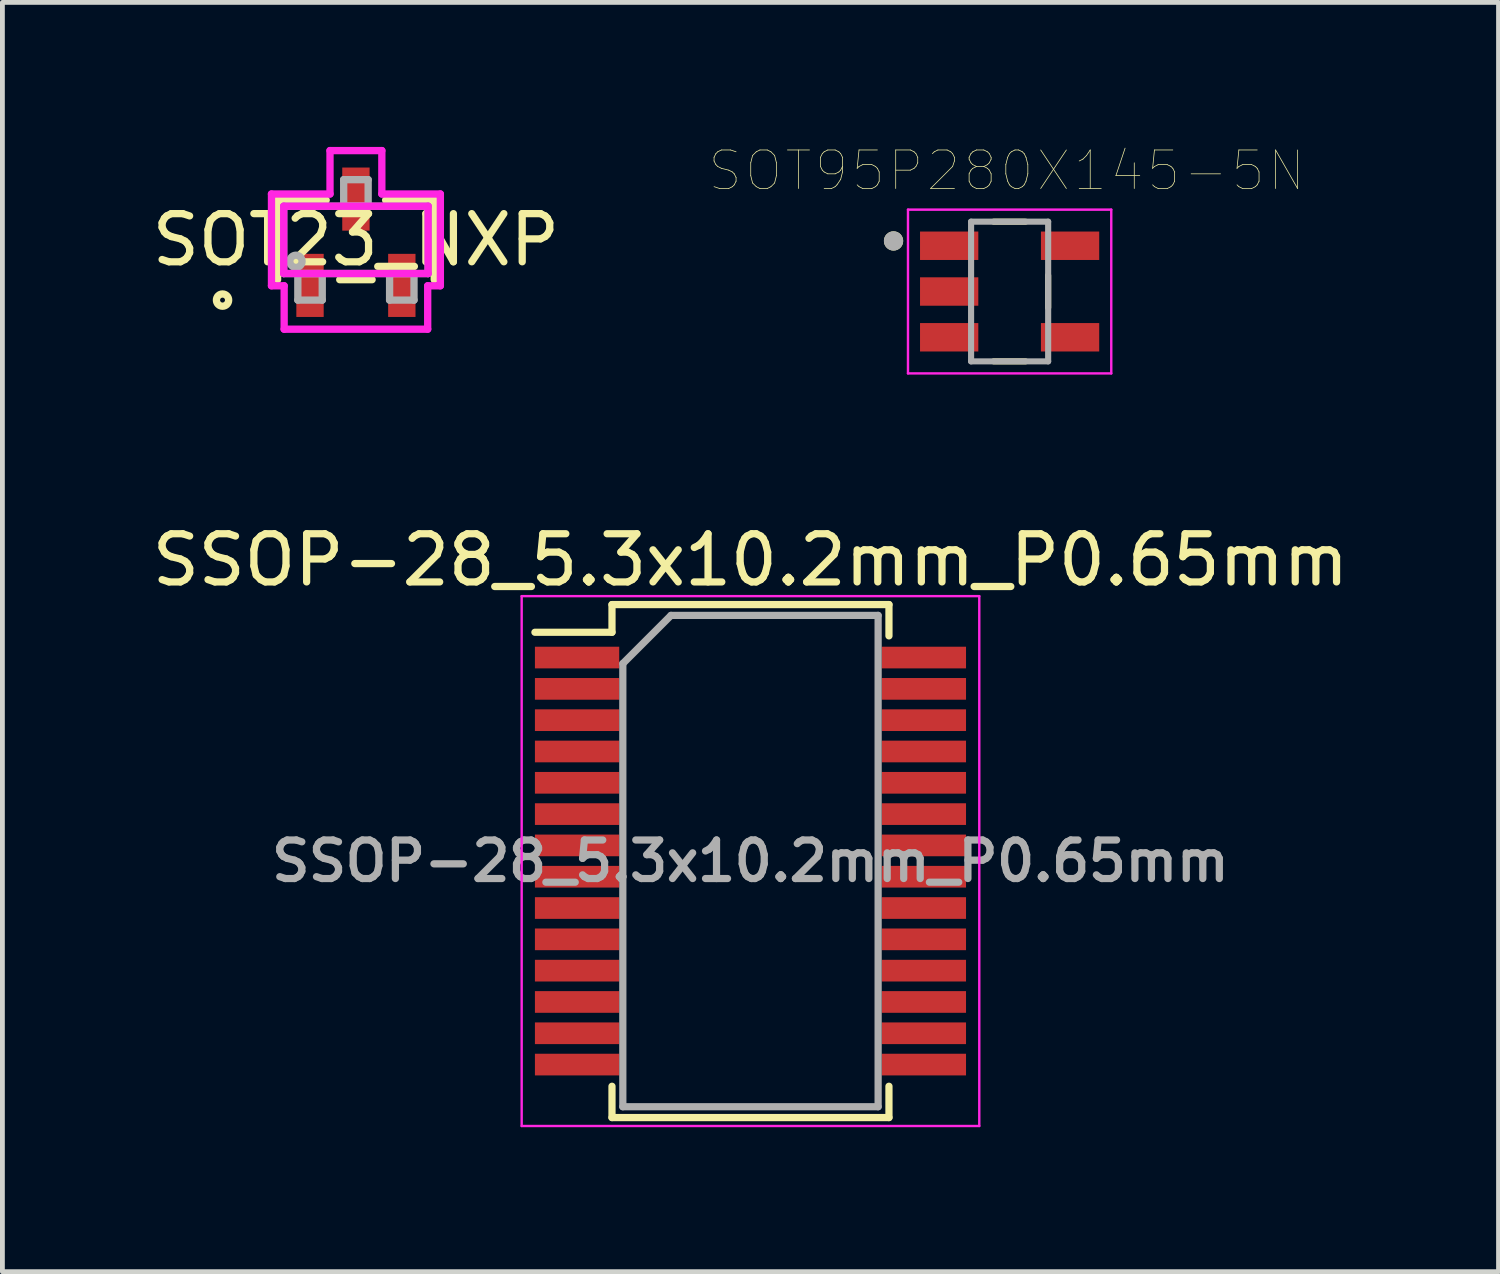
<source format=kicad_pcb>
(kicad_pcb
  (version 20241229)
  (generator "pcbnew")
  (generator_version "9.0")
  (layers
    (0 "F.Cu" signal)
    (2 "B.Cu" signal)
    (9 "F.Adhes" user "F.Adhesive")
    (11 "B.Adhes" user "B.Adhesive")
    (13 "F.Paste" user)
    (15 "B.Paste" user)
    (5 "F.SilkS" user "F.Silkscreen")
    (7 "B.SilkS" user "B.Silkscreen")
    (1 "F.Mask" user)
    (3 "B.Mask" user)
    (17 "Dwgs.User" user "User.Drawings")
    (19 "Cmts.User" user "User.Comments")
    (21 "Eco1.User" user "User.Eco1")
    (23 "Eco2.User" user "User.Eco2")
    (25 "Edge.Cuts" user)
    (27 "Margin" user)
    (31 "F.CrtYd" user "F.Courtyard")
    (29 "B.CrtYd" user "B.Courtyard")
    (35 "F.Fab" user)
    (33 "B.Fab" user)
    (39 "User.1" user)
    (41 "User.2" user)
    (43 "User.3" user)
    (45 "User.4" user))
  (footprint "SOT95P280X145-5N"
    (layer "F.Cu")
    (at 17.91 3.002)
    (property "Reference" "SOT95P280X145-5N" (at -0.06 -2.508 0) (layer "F.SilkS") (effects (font (size 0.8 0.8) (thickness 0.015))))
    (attr smd)
    (fp_line (start -0.33 -1.45) (end 0.33 -1.45) (stroke (width 0.127) (type solid)) (layer "F.SilkS"))
    (fp_line (start 0.33 1.45) (end -0.33 1.45) (stroke (width 0.127) (type solid)) (layer "F.SilkS"))
    (fp_line (start 0.8 -0.335) (end 0.8 0.335) (stroke (width 0.127) (type solid)) (layer "F.SilkS"))
    (fp_circle (center -2.41 -1.05) (end -2.31 -1.05) (stroke (width 0.2) (type solid)) (fill no) (layer "F.SilkS"))
    (fp_line (start -2.11 -1.7) (end 2.11 -1.7) (stroke (width 0.05) (type solid)) (layer "F.CrtYd"))
    (fp_line (start -2.11 1.7) (end -2.11 -1.7) (stroke (width 0.05) (type solid)) (layer "F.CrtYd"))
    (fp_line (start 2.11 -1.7) (end 2.11 1.7) (stroke (width 0.05) (type solid)) (layer "F.CrtYd"))
    (fp_line (start 2.11 1.7) (end -2.11 1.7) (stroke (width 0.05) (type solid)) (layer "F.CrtYd"))
    (fp_line (start -0.8 -1.45) (end 0.8 -1.45) (stroke (width 0.127) (type solid)) (layer "F.Fab"))
    (fp_line (start -0.8 1.45) (end -0.8 -1.45) (stroke (width 0.127) (type solid)) (layer "F.Fab"))
    (fp_line (start 0.8 -1.45) (end 0.8 1.45) (stroke (width 0.127) (type solid)) (layer "F.Fab"))
    (fp_line (start 0.8 1.45) (end -0.8 1.45) (stroke (width 0.127) (type solid)) (layer "F.Fab"))
    (fp_circle (center -2.41 -1.05) (end -2.31 -1.05) (stroke (width 0.2) (type solid)) (fill no) (layer "F.Fab"))
    (pad "1" smd rect (at -1.255 -0.95) (size 1.21 0.59) (layers "F.Cu" "F.Mask" "F.Paste"))
    (pad "2" smd rect (at -1.255 0) (size 1.21 0.59) (layers "F.Cu" "F.Mask" "F.Paste"))
    (pad "3" smd rect (at -1.255 0.95) (size 1.21 0.59) (layers "F.Cu" "F.Mask" "F.Paste"))
    (pad "4" smd rect (at 1.255 0.95) (size 1.21 0.59) (layers "F.Cu" "F.Mask" "F.Paste"))
    (pad "5" smd rect (at 1.255 -0.95) (size 1.21 0.59) (layers "F.Cu" "F.Mask" "F.Paste")))
  (footprint "SSOP-28_5.3x10.2mm_P0.65mm"
    (layer "F.Cu")
    (at 12.53 14.826)
    (property "Reference" "SSOP-28_5.3x10.2mm_P0.65mm" (at 0 -6.25 0) (layer "F.SilkS") (effects (font (size 1 1) (thickness 0.15))))
    (attr smd)
    (fp_line (start -2.875 -5.325) (end -2.875 -4.75) (stroke (width 0.15) (type solid)) (layer "F.SilkS"))
    (fp_line (start -2.875 -5.325) (end 2.875 -5.325) (stroke (width 0.15) (type solid)) (layer "F.SilkS"))
    (fp_line (start -2.875 -4.75) (end -4.475 -4.75) (stroke (width 0.15) (type solid)) (layer "F.SilkS"))
    (fp_line (start -2.875 5.325) (end -2.875 4.675) (stroke (width 0.15) (type solid)) (layer "F.SilkS"))
    (fp_line (start -2.875 5.325) (end 2.875 5.325) (stroke (width 0.15) (type solid)) (layer "F.SilkS"))
    (fp_line (start 2.875 -5.325) (end 2.875 -4.675) (stroke (width 0.15) (type solid)) (layer "F.SilkS"))
    (fp_line (start 2.875 5.325) (end 2.875 4.675) (stroke (width 0.15) (type solid)) (layer "F.SilkS"))
    (fp_line (start -4.75 -5.5) (end -4.75 5.5) (stroke (width 0.05) (type solid)) (layer "F.CrtYd"))
    (fp_line (start -4.75 -5.5) (end 4.75 -5.5) (stroke (width 0.05) (type solid)) (layer "F.CrtYd"))
    (fp_line (start -4.75 5.5) (end 4.75 5.5) (stroke (width 0.05) (type solid)) (layer "F.CrtYd"))
    (fp_line (start 4.75 -5.5) (end 4.75 5.5) (stroke (width 0.05) (type solid)) (layer "F.CrtYd"))
    (fp_line (start -2.65 -4.1) (end -1.65 -5.1) (stroke (width 0.15) (type solid)) (layer "F.Fab"))
    (fp_line (start -2.65 5.1) (end -2.65 -4.1) (stroke (width 0.15) (type solid)) (layer "F.Fab"))
    (fp_line (start -1.65 -5.1) (end 2.65 -5.1) (stroke (width 0.15) (type solid)) (layer "F.Fab"))
    (fp_line (start 2.65 -5.1) (end 2.65 5.1) (stroke (width 0.15) (type solid)) (layer "F.Fab"))
    (fp_line (start 2.65 5.1) (end -2.65 5.1) (stroke (width 0.15) (type solid)) (layer "F.Fab"))
    (fp_text user "${REFERENCE}" (at 0 0 0) (layer "F.Fab") (effects (font (size 0.8 0.8) (thickness 0.15))))
    (pad "1" smd rect (at -3.6 -4.225) (size 1.75 0.45) (layers "F.Cu" "F.Mask" "F.Paste"))
    (pad "2" smd rect (at -3.6 -3.575) (size 1.75 0.45) (layers "F.Cu" "F.Mask" "F.Paste"))
    (pad "3" smd rect (at -3.6 -2.925) (size 1.75 0.45) (layers "F.Cu" "F.Mask" "F.Paste"))
    (pad "4" smd rect (at -3.6 -2.275) (size 1.75 0.45) (layers "F.Cu" "F.Mask" "F.Paste"))
    (pad "5" smd rect (at -3.6 -1.625) (size 1.75 0.45) (layers "F.Cu" "F.Mask" "F.Paste"))
    (pad "6" smd rect (at -3.6 -0.975) (size 1.75 0.45) (layers "F.Cu" "F.Mask" "F.Paste"))
    (pad "7" smd rect (at -3.6 -0.325) (size 1.75 0.45) (layers "F.Cu" "F.Mask" "F.Paste"))
    (pad "8" smd rect (at -3.6 0.325) (size 1.75 0.45) (layers "F.Cu" "F.Mask" "F.Paste"))
    (pad "9" smd rect (at -3.6 0.975) (size 1.75 0.45) (layers "F.Cu" "F.Mask" "F.Paste"))
    (pad "10" smd rect (at -3.6 1.625) (size 1.75 0.45) (layers "F.Cu" "F.Mask" "F.Paste"))
    (pad "11" smd rect (at -3.6 2.275) (size 1.75 0.45) (layers "F.Cu" "F.Mask" "F.Paste"))
    (pad "12" smd rect (at -3.6 2.925) (size 1.75 0.45) (layers "F.Cu" "F.Mask" "F.Paste"))
    (pad "13" smd rect (at -3.6 3.575) (size 1.75 0.45) (layers "F.Cu" "F.Mask" "F.Paste"))
    (pad "14" smd rect (at -3.6 4.225) (size 1.75 0.45) (layers "F.Cu" "F.Mask" "F.Paste"))
    (pad "15" smd rect (at 3.6 4.225) (size 1.75 0.45) (layers "F.Cu" "F.Mask" "F.Paste"))
    (pad "16" smd rect (at 3.6 3.575) (size 1.75 0.45) (layers "F.Cu" "F.Mask" "F.Paste"))
    (pad "17" smd rect (at 3.6 2.925) (size 1.75 0.45) (layers "F.Cu" "F.Mask" "F.Paste"))
    (pad "18" smd rect (at 3.6 2.275) (size 1.75 0.45) (layers "F.Cu" "F.Mask" "F.Paste"))
    (pad "19" smd rect (at 3.6 1.625) (size 1.75 0.45) (layers "F.Cu" "F.Mask" "F.Paste"))
    (pad "20" smd rect (at 3.6 0.975) (size 1.75 0.45) (layers "F.Cu" "F.Mask" "F.Paste"))
    (pad "21" smd rect (at 3.6 0.325) (size 1.75 0.45) (layers "F.Cu" "F.Mask" "F.Paste"))
    (pad "22" smd rect (at 3.6 -0.325) (size 1.75 0.45) (layers "F.Cu" "F.Mask" "F.Paste"))
    (pad "23" smd rect (at 3.6 -0.975) (size 1.75 0.45) (layers "F.Cu" "F.Mask" "F.Paste"))
    (pad "24" smd rect (at 3.6 -1.625) (size 1.75 0.45) (layers "F.Cu" "F.Mask" "F.Paste"))
    (pad "25" smd rect (at 3.6 -2.275) (size 1.75 0.45) (layers "F.Cu" "F.Mask" "F.Paste"))
    (pad "26" smd rect (at 3.6 -2.925) (size 1.75 0.45) (layers "F.Cu" "F.Mask" "F.Paste"))
    (pad "27" smd rect (at 3.6 -3.575) (size 1.75 0.45) (layers "F.Cu" "F.Mask" "F.Paste"))
    (pad "28" smd rect (at 3.6 -4.225) (size 1.75 0.45) (layers "F.Cu" "F.Mask" "F.Paste")))
  (footprint "SOT23_NXP"
    (layer "F.Cu")
    (at 4.339 1.93)
    (property "Reference" "SOT23_NXP" (at 0 0 0) (layer "F.SilkS") (effects (font (size 1 1) (thickness 0.15))))
    (attr through_hole)
    (fp_line (start -1.626 -0.826) (end -1.626 0.826) (stroke (width 0.152) (type solid)) (layer "F.SilkS"))
    (fp_line (start -0.617 -0.826) (end -1.626 -0.826) (stroke (width 0.152) (type solid)) (layer "F.SilkS"))
    (fp_line (start -0.336 0.826) (end 0.336 0.826) (stroke (width 0.152) (type solid)) (layer "F.SilkS"))
    (fp_line (start 1.626 -0.826) (end 0.617 -0.826) (stroke (width 0.152) (type solid)) (layer "F.SilkS"))
    (fp_line (start 1.626 0.826) (end 1.626 -0.826) (stroke (width 0.152) (type solid)) (layer "F.SilkS"))
    (fp_circle (center -2.769 1.25) (end -2.642 1.25) (stroke (width 0.152) (type solid)) (fill no) (layer "F.SilkS"))
    (fp_line (start -1.753 -0.953) (end -0.538 -0.953) (stroke (width 0.152) (type solid)) (layer "F.CrtYd"))
    (fp_line (start -1.753 0.953) (end -1.753 -0.953) (stroke (width 0.152) (type solid)) (layer "F.CrtYd"))
    (fp_line (start -1.499 -0.699) (end 1.499 -0.699) (stroke (width 0.152) (type solid)) (layer "F.CrtYd"))
    (fp_line (start -1.499 0.699) (end -1.499 -0.699) (stroke (width 0.152) (type solid)) (layer "F.CrtYd"))
    (fp_line (start -1.49 0.953) (end -1.753 0.953) (stroke (width 0.152) (type solid)) (layer "F.CrtYd"))
    (fp_line (start -1.49 1.854) (end -1.49 0.953) (stroke (width 0.152) (type solid)) (layer "F.CrtYd"))
    (fp_line (start -0.538 -1.854) (end 0.538 -1.854) (stroke (width 0.152) (type solid)) (layer "F.CrtYd"))
    (fp_line (start -0.538 -0.953) (end -0.538 -1.854) (stroke (width 0.152) (type solid)) (layer "F.CrtYd"))
    (fp_line (start 0.538 -1.854) (end 0.538 -0.953) (stroke (width 0.152) (type solid)) (layer "F.CrtYd"))
    (fp_line (start 0.538 -0.953) (end 1.753 -0.953) (stroke (width 0.152) (type solid)) (layer "F.CrtYd"))
    (fp_line (start 1.49 0.953) (end 1.49 1.854) (stroke (width 0.152) (type solid)) (layer "F.CrtYd"))
    (fp_line (start 1.49 1.854) (end -1.49 1.854) (stroke (width 0.152) (type solid)) (layer "F.CrtYd"))
    (fp_line (start 1.499 -0.699) (end 1.499 0.699) (stroke (width 0.152) (type solid)) (layer "F.CrtYd"))
    (fp_line (start 1.499 0.699) (end -1.499 0.699) (stroke (width 0.152) (type solid)) (layer "F.CrtYd"))
    (fp_line (start 1.753 -0.953) (end 1.753 0.953) (stroke (width 0.152) (type solid)) (layer "F.CrtYd"))
    (fp_line (start 1.753 0.953) (end 1.49 0.953) (stroke (width 0.152) (type solid)) (layer "F.CrtYd"))
    (fp_line (start -1.499 -0.699) (end -1.499 0.699) (stroke (width 0.152) (type solid)) (layer "F.Fab"))
    (fp_line (start -1.499 0.699) (end 1.499 0.699) (stroke (width 0.152) (type solid)) (layer "F.Fab"))
    (fp_line (start -1.206 0.699) (end -1.206 1.25) (stroke (width 0.152) (type solid)) (layer "F.Fab"))
    (fp_line (start -1.206 1.25) (end -0.699 1.25) (stroke (width 0.152) (type solid)) (layer "F.Fab"))
    (fp_line (start -0.699 0.699) (end -1.206 0.699) (stroke (width 0.152) (type solid)) (layer "F.Fab"))
    (fp_line (start -0.699 1.25) (end -0.699 0.699) (stroke (width 0.152) (type solid)) (layer "F.Fab"))
    (fp_line (start -0.254 -1.25) (end -0.254 -0.699) (stroke (width 0.152) (type solid)) (layer "F.Fab"))
    (fp_line (start -0.254 -0.699) (end 0.254 -0.699) (stroke (width 0.152) (type solid)) (layer "F.Fab"))
    (fp_line (start 0.254 -1.25) (end -0.254 -1.25) (stroke (width 0.152) (type solid)) (layer "F.Fab"))
    (fp_line (start 0.254 -0.699) (end 0.254 -1.25) (stroke (width 0.152) (type solid)) (layer "F.Fab"))
    (fp_line (start 0.699 0.699) (end 0.699 1.25) (stroke (width 0.152) (type solid)) (layer "F.Fab"))
    (fp_line (start 0.699 1.25) (end 1.206 1.25) (stroke (width 0.152) (type solid)) (layer "F.Fab"))
    (fp_line (start 1.206 0.699) (end 0.699 0.699) (stroke (width 0.152) (type solid)) (layer "F.Fab"))
    (fp_line (start 1.206 1.25) (end 1.206 0.699) (stroke (width 0.152) (type solid)) (layer "F.Fab"))
    (fp_line (start 1.499 -0.699) (end -1.499 -0.699) (stroke (width 0.152) (type solid)) (layer "F.Fab"))
    (fp_line (start 1.499 0.699) (end 1.499 -0.699) (stroke (width 0.152) (type solid)) (layer "F.Fab"))
    (fp_circle (center -1.245 0.445) (end -1.118 0.445) (stroke (width 0.152) (type solid)) (fill no) (layer "F.Fab"))
    (pad "1" smd rect (at -0.953 0.945) (size 0.568 1.31) (layers "F.Cu" "F.Mask" "F.Paste"))
    (pad "2" smd rect (at 0.953 0.945) (size 0.568 1.31) (layers "F.Cu" "F.Mask" "F.Paste"))
    (pad "3" smd rect (at 0 -0.847) (size 0.568 1.31) (layers "F.Cu" "F.Mask" "F.Paste")))
  (gr_rect
    (start -3 -3)
    (end 28.06 23.351)
    (stroke (width 0.1) (type default))
    (fill no)
    (layer "Edge.Cuts")))
</source>
